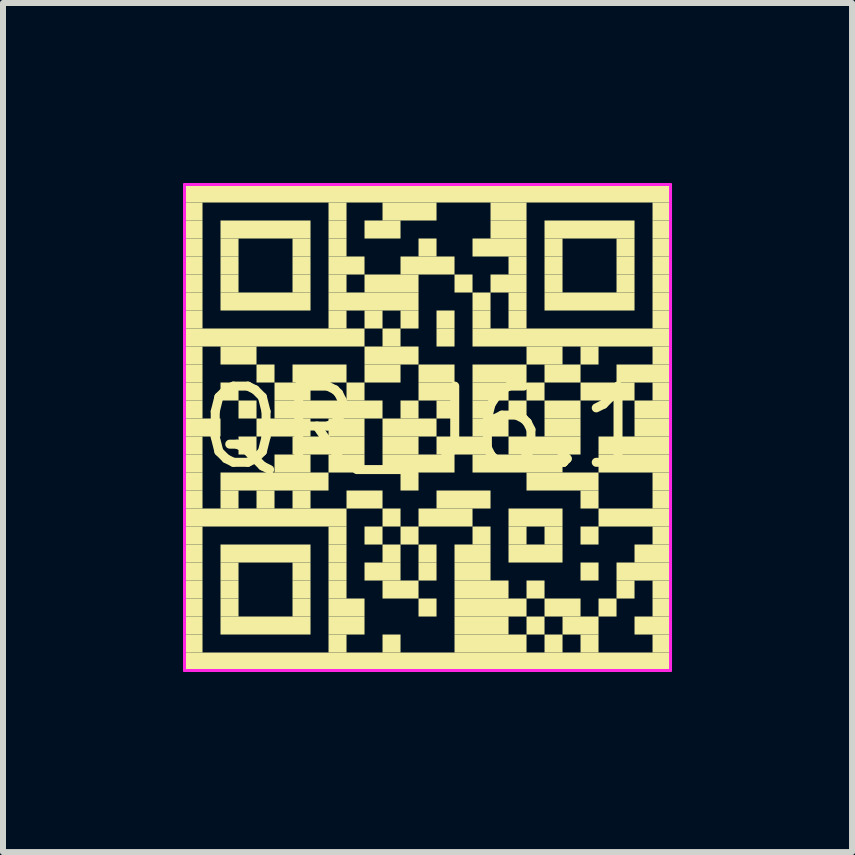
<source format=kicad_pcb>
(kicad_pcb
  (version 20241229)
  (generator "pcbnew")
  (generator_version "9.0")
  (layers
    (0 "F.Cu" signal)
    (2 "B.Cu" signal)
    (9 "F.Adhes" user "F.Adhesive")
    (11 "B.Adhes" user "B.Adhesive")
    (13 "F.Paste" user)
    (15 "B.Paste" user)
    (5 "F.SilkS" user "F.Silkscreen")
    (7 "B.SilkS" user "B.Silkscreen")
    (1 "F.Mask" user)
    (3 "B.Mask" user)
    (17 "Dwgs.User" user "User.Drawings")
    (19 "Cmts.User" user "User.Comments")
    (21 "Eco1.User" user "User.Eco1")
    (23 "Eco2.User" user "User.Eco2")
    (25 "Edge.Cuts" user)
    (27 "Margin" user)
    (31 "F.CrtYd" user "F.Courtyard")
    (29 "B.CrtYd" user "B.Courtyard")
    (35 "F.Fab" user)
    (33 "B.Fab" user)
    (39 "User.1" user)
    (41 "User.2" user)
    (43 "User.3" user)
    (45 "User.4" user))
  (footprint "QR_J6.1"
    (layer "F.Cu")
    (at 4.075 4.075)
    (property "Reference" "QR_J6.1" (at 0 0 0) (layer "F.SilkS") (effects (font (size 1.27 1.27) (thickness 0.15))))
    (attr board_only exclude_from_pos_files exclude_from_bom)
    (fp_poly (pts (xy -4.05 -3.75) (xy -4.05 -4.05) (xy 4.05 -4.05) (xy 4.05 -3.75)) (stroke (width 0) (type solid)) (fill yes) (layer "F.SilkS"))
    (fp_poly (pts (xy -4.05 -3.45) (xy -4.05 -3.75) (xy -3.75 -3.75) (xy -3.75 -3.45)) (stroke (width 0) (type solid)) (fill yes) (layer "F.SilkS"))
    (fp_poly (pts (xy -4.05 -3.15) (xy -4.05 -3.45) (xy -3.75 -3.45) (xy -3.75 -3.15)) (stroke (width 0) (type solid)) (fill yes) (layer "F.SilkS"))
    (fp_poly (pts (xy -4.05 -2.85) (xy -4.05 -3.15) (xy -3.75 -3.15) (xy -3.75 -2.85)) (stroke (width 0) (type solid)) (fill yes) (layer "F.SilkS"))
    (fp_poly (pts (xy -4.05 -2.55) (xy -4.05 -2.85) (xy -3.75 -2.85) (xy -3.75 -2.55)) (stroke (width 0) (type solid)) (fill yes) (layer "F.SilkS"))
    (fp_poly (pts (xy -4.05 -2.25) (xy -4.05 -2.55) (xy -3.75 -2.55) (xy -3.75 -2.25)) (stroke (width 0) (type solid)) (fill yes) (layer "F.SilkS"))
    (fp_poly (pts (xy -4.05 -1.95) (xy -4.05 -2.25) (xy -3.75 -2.25) (xy -3.75 -1.95)) (stroke (width 0) (type solid)) (fill yes) (layer "F.SilkS"))
    (fp_poly (pts (xy -4.05 -1.65) (xy -4.05 -1.95) (xy -3.75 -1.95) (xy -3.75 -1.65)) (stroke (width 0) (type solid)) (fill yes) (layer "F.SilkS"))
    (fp_poly (pts (xy -4.05 -1.35) (xy -4.05 -1.65) (xy -1.05 -1.65) (xy -1.05 -1.35)) (stroke (width 0) (type solid)) (fill yes) (layer "F.SilkS"))
    (fp_poly (pts (xy -4.05 -1.05) (xy -4.05 -1.35) (xy -3.75 -1.35) (xy -3.75 -1.05)) (stroke (width 0) (type solid)) (fill yes) (layer "F.SilkS"))
    (fp_poly (pts (xy -4.05 -0.75) (xy -4.05 -1.05) (xy -3.75 -1.05) (xy -3.75 -0.75)) (stroke (width 0) (type solid)) (fill yes) (layer "F.SilkS"))
    (fp_poly (pts (xy -4.05 -0.45) (xy -4.05 -0.75) (xy -3.75 -0.75) (xy -3.75 -0.45)) (stroke (width 0) (type solid)) (fill yes) (layer "F.SilkS"))
    (fp_poly (pts (xy -4.05 -0.15) (xy -4.05 -0.45) (xy -3.75 -0.45) (xy -3.75 -0.15)) (stroke (width 0) (type solid)) (fill yes) (layer "F.SilkS"))
    (fp_poly (pts (xy -4.05 0.15) (xy -4.05 -0.15) (xy -3.45 -0.15) (xy -3.45 0.15)) (stroke (width 0) (type solid)) (fill yes) (layer "F.SilkS"))
    (fp_poly (pts (xy -4.05 0.45) (xy -4.05 0.15) (xy -3.75 0.15) (xy -3.75 0.45)) (stroke (width 0) (type solid)) (fill yes) (layer "F.SilkS"))
    (fp_poly (pts (xy -4.05 0.75) (xy -4.05 0.45) (xy -3.75 0.45) (xy -3.75 0.75)) (stroke (width 0) (type solid)) (fill yes) (layer "F.SilkS"))
    (fp_poly (pts (xy -4.05 1.05) (xy -4.05 0.75) (xy -3.75 0.75) (xy -3.75 1.05)) (stroke (width 0) (type solid)) (fill yes) (layer "F.SilkS"))
    (fp_poly (pts (xy -4.05 1.35) (xy -4.05 1.05) (xy -3.75 1.05) (xy -3.75 1.35)) (stroke (width 0) (type solid)) (fill yes) (layer "F.SilkS"))
    (fp_poly (pts (xy -4.05 1.65) (xy -4.05 1.35) (xy -1.35 1.35) (xy -1.35 1.65)) (stroke (width 0) (type solid)) (fill yes) (layer "F.SilkS"))
    (fp_poly (pts (xy -4.05 1.95) (xy -4.05 1.65) (xy -3.75 1.65) (xy -3.75 1.95)) (stroke (width 0) (type solid)) (fill yes) (layer "F.SilkS"))
    (fp_poly (pts (xy -4.05 2.25) (xy -4.05 1.95) (xy -3.75 1.95) (xy -3.75 2.25)) (stroke (width 0) (type solid)) (fill yes) (layer "F.SilkS"))
    (fp_poly (pts (xy -4.05 2.55) (xy -4.05 2.25) (xy -3.75 2.25) (xy -3.75 2.55)) (stroke (width 0) (type solid)) (fill yes) (layer "F.SilkS"))
    (fp_poly (pts (xy -4.05 2.85) (xy -4.05 2.55) (xy -3.75 2.55) (xy -3.75 2.85)) (stroke (width 0) (type solid)) (fill yes) (layer "F.SilkS"))
    (fp_poly (pts (xy -4.05 3.15) (xy -4.05 2.85) (xy -3.75 2.85) (xy -3.75 3.15)) (stroke (width 0) (type solid)) (fill yes) (layer "F.SilkS"))
    (fp_poly (pts (xy -4.05 3.45) (xy -4.05 3.15) (xy -3.75 3.15) (xy -3.75 3.45)) (stroke (width 0) (type solid)) (fill yes) (layer "F.SilkS"))
    (fp_poly (pts (xy -4.05 3.75) (xy -4.05 3.45) (xy -3.75 3.45) (xy -3.75 3.75)) (stroke (width 0) (type solid)) (fill yes) (layer "F.SilkS"))
    (fp_poly (pts (xy -4.05 4.05) (xy -4.05 3.75) (xy 4.05 3.75) (xy 4.05 4.05)) (stroke (width 0) (type solid)) (fill yes) (layer "F.SilkS"))
    (fp_poly (pts (xy -3.45 -3.15) (xy -3.45 -3.45) (xy -1.95 -3.45) (xy -1.95 -3.15)) (stroke (width 0) (type solid)) (fill yes) (layer "F.SilkS"))
    (fp_poly (pts (xy -3.45 -2.85) (xy -3.45 -3.15) (xy -3.15 -3.15) (xy -3.15 -2.85)) (stroke (width 0) (type solid)) (fill yes) (layer "F.SilkS"))
    (fp_poly (pts (xy -3.45 -2.55) (xy -3.45 -2.85) (xy -3.15 -2.85) (xy -3.15 -2.55)) (stroke (width 0) (type solid)) (fill yes) (layer "F.SilkS"))
    (fp_poly (pts (xy -3.45 -2.25) (xy -3.45 -2.55) (xy -3.15 -2.55) (xy -3.15 -2.25)) (stroke (width 0) (type solid)) (fill yes) (layer "F.SilkS"))
    (fp_poly (pts (xy -3.45 -1.95) (xy -3.45 -2.25) (xy -1.95 -2.25) (xy -1.95 -1.95)) (stroke (width 0) (type solid)) (fill yes) (layer "F.SilkS"))
    (fp_poly (pts (xy -3.45 -1.05) (xy -3.45 -1.35) (xy -2.85 -1.35) (xy -2.85 -1.05)) (stroke (width 0) (type solid)) (fill yes) (layer "F.SilkS"))
    (fp_poly (pts (xy -3.45 -0.45) (xy -3.45 -0.75) (xy -3.15 -0.75) (xy -3.15 -0.45)) (stroke (width 0) (type solid)) (fill yes) (layer "F.SilkS"))
    (fp_poly (pts (xy -3.45 1.05) (xy -3.45 0.75) (xy -1.65 0.75) (xy -1.65 1.05)) (stroke (width 0) (type solid)) (fill yes) (layer "F.SilkS"))
    (fp_poly (pts (xy -3.45 1.35) (xy -3.45 1.05) (xy -3.15 1.05) (xy -3.15 1.35)) (stroke (width 0) (type solid)) (fill yes) (layer "F.SilkS"))
    (fp_poly (pts (xy -3.45 2.25) (xy -3.45 1.95) (xy -1.95 1.95) (xy -1.95 2.25)) (stroke (width 0) (type solid)) (fill yes) (layer "F.SilkS"))
    (fp_poly (pts (xy -3.45 2.55) (xy -3.45 2.25) (xy -3.15 2.25) (xy -3.15 2.55)) (stroke (width 0) (type solid)) (fill yes) (layer "F.SilkS"))
    (fp_poly (pts (xy -3.45 2.85) (xy -3.45 2.55) (xy -3.15 2.55) (xy -3.15 2.85)) (stroke (width 0) (type solid)) (fill yes) (layer "F.SilkS"))
    (fp_poly (pts (xy -3.45 3.15) (xy -3.45 2.85) (xy -3.15 2.85) (xy -3.15 3.15)) (stroke (width 0) (type solid)) (fill yes) (layer "F.SilkS"))
    (fp_poly (pts (xy -3.45 3.45) (xy -3.45 3.15) (xy -1.95 3.15) (xy -1.95 3.45)) (stroke (width 0) (type solid)) (fill yes) (layer "F.SilkS"))
    (fp_poly (pts (xy -3.15 -0.15) (xy -3.15 -0.45) (xy -2.85 -0.45) (xy -2.85 -0.15)) (stroke (width 0) (type solid)) (fill yes) (layer "F.SilkS"))
    (fp_poly (pts (xy -3.15 0.45) (xy -3.15 0.15) (xy -2.85 0.15) (xy -2.85 0.45)) (stroke (width 0) (type solid)) (fill yes) (layer "F.SilkS"))
    (fp_poly (pts (xy -2.85 -0.75) (xy -2.85 -1.05) (xy -2.55 -1.05) (xy -2.55 -0.75)) (stroke (width 0) (type solid)) (fill yes) (layer "F.SilkS"))
    (fp_poly (pts (xy -2.85 0.15) (xy -2.85 -0.15) (xy -1.95 -0.15) (xy -1.95 0.15)) (stroke (width 0) (type solid)) (fill yes) (layer "F.SilkS"))
    (fp_poly (pts (xy -2.85 1.35) (xy -2.85 1.05) (xy -2.55 1.05) (xy -2.55 1.35)) (stroke (width 0) (type solid)) (fill yes) (layer "F.SilkS"))
    (fp_poly (pts (xy -2.55 -0.45) (xy -2.55 -0.75) (xy -1.95 -0.75) (xy -1.95 -0.45)) (stroke (width 0) (type solid)) (fill yes) (layer "F.SilkS"))
    (fp_poly (pts (xy -2.55 -0.15) (xy -2.55 -0.45) (xy -0.75 -0.45) (xy -0.75 -0.15)) (stroke (width 0) (type solid)) (fill yes) (layer "F.SilkS"))
    (fp_poly (pts (xy -2.55 0.75) (xy -2.55 0.45) (xy -1.95 0.45) (xy -1.95 0.75)) (stroke (width 0) (type solid)) (fill yes) (layer "F.SilkS"))
    (fp_poly (pts (xy -2.25 -2.85) (xy -2.25 -3.15) (xy -1.95 -3.15) (xy -1.95 -2.85)) (stroke (width 0) (type solid)) (fill yes) (layer "F.SilkS"))
    (fp_poly (pts (xy -2.25 -2.55) (xy -2.25 -2.85) (xy -1.95 -2.85) (xy -1.95 -2.55)) (stroke (width 0) (type solid)) (fill yes) (layer "F.SilkS"))
    (fp_poly (pts (xy -2.25 -2.25) (xy -2.25 -2.55) (xy -1.95 -2.55) (xy -1.95 -2.25)) (stroke (width 0) (type solid)) (fill yes) (layer "F.SilkS"))
    (fp_poly (pts (xy -2.25 -0.75) (xy -2.25 -1.05) (xy -1.35 -1.05) (xy -1.35 -0.75)) (stroke (width 0) (type solid)) (fill yes) (layer "F.SilkS"))
    (fp_poly (pts (xy -2.25 0.45) (xy -2.25 0.15) (xy -1.05 0.15) (xy -1.05 0.45)) (stroke (width 0) (type solid)) (fill yes) (layer "F.SilkS"))
    (fp_poly (pts (xy -2.25 1.35) (xy -2.25 1.05) (xy -1.95 1.05) (xy -1.95 1.35)) (stroke (width 0) (type solid)) (fill yes) (layer "F.SilkS"))
    (fp_poly (pts (xy -2.25 2.55) (xy -2.25 2.25) (xy -1.95 2.25) (xy -1.95 2.55)) (stroke (width 0) (type solid)) (fill yes) (layer "F.SilkS"))
    (fp_poly (pts (xy -2.25 2.85) (xy -2.25 2.55) (xy -1.95 2.55) (xy -1.95 2.85)) (stroke (width 0) (type solid)) (fill yes) (layer "F.SilkS"))
    (fp_poly (pts (xy -2.25 3.15) (xy -2.25 2.85) (xy -1.95 2.85) (xy -1.95 3.15)) (stroke (width 0) (type solid)) (fill yes) (layer "F.SilkS"))
    (fp_poly (pts (xy -1.65 -3.45) (xy -1.65 -3.75) (xy -1.35 -3.75) (xy -1.35 -3.45)) (stroke (width 0) (type solid)) (fill yes) (layer "F.SilkS"))
    (fp_poly (pts (xy -1.65 -3.15) (xy -1.65 -3.45) (xy -1.35 -3.45) (xy -1.35 -3.15)) (stroke (width 0) (type solid)) (fill yes) (layer "F.SilkS"))
    (fp_poly (pts (xy -1.65 -2.85) (xy -1.65 -3.15) (xy -1.35 -3.15) (xy -1.35 -2.85)) (stroke (width 0) (type solid)) (fill yes) (layer "F.SilkS"))
    (fp_poly (pts (xy -1.65 -2.55) (xy -1.65 -2.85) (xy -1.05 -2.85) (xy -1.05 -2.55)) (stroke (width 0) (type solid)) (fill yes) (layer "F.SilkS"))
    (fp_poly (pts (xy -1.65 -2.25) (xy -1.65 -2.55) (xy -1.35 -2.55) (xy -1.35 -2.25)) (stroke (width 0) (type solid)) (fill yes) (layer "F.SilkS"))
    (fp_poly (pts (xy -1.65 -1.95) (xy -1.65 -2.25) (xy -0.15 -2.25) (xy -0.15 -1.95)) (stroke (width 0) (type solid)) (fill yes) (layer "F.SilkS"))
    (fp_poly (pts (xy -1.65 -1.65) (xy -1.65 -1.95) (xy -1.35 -1.95) (xy -1.35 -1.65)) (stroke (width 0) (type solid)) (fill yes) (layer "F.SilkS"))
    (fp_poly (pts (xy -1.65 0.15) (xy -1.65 -0.15) (xy -1.05 -0.15) (xy -1.05 0.15)) (stroke (width 0) (type solid)) (fill yes) (layer "F.SilkS"))
    (fp_poly (pts (xy -1.65 0.75) (xy -1.65 0.45) (xy -1.05 0.45) (xy -1.05 0.75)) (stroke (width 0) (type solid)) (fill yes) (layer "F.SilkS"))
    (fp_poly (pts (xy -1.65 1.95) (xy -1.65 1.65) (xy -1.35 1.65) (xy -1.35 1.95)) (stroke (width 0) (type solid)) (fill yes) (layer "F.SilkS"))
    (fp_poly (pts (xy -1.65 2.25) (xy -1.65 1.95) (xy -1.35 1.95) (xy -1.35 2.25)) (stroke (width 0) (type solid)) (fill yes) (layer "F.SilkS"))
    (fp_poly (pts (xy -1.65 2.55) (xy -1.65 2.25) (xy -1.35 2.25) (xy -1.35 2.55)) (stroke (width 0) (type solid)) (fill yes) (layer "F.SilkS"))
    (fp_poly (pts (xy -1.65 2.85) (xy -1.65 2.55) (xy -1.35 2.55) (xy -1.35 2.85)) (stroke (width 0) (type solid)) (fill yes) (layer "F.SilkS"))
    (fp_poly (pts (xy -1.65 3.15) (xy -1.65 2.85) (xy -1.05 2.85) (xy -1.05 3.15)) (stroke (width 0) (type solid)) (fill yes) (layer "F.SilkS"))
    (fp_poly (pts (xy -1.65 3.45) (xy -1.65 3.15) (xy -1.05 3.15) (xy -1.05 3.45)) (stroke (width 0) (type solid)) (fill yes) (layer "F.SilkS"))
    (fp_poly (pts (xy -1.65 3.75) (xy -1.65 3.45) (xy -1.35 3.45) (xy -1.35 3.75)) (stroke (width 0) (type solid)) (fill yes) (layer "F.SilkS"))
    (fp_poly (pts (xy -1.35 -0.45) (xy -1.35 -0.75) (xy -1.05 -0.75) (xy -1.05 -0.45)) (stroke (width 0) (type solid)) (fill yes) (layer "F.SilkS"))
    (fp_poly (pts (xy -1.35 1.35) (xy -1.35 1.05) (xy -0.75 1.05) (xy -0.75 1.35)) (stroke (width 0) (type solid)) (fill yes) (layer "F.SilkS"))
    (fp_poly (pts (xy -1.05 -3.15) (xy -1.05 -3.45) (xy -0.45 -3.45) (xy -0.45 -3.15)) (stroke (width 0) (type solid)) (fill yes) (layer "F.SilkS"))
    (fp_poly (pts (xy -1.05 -2.25) (xy -1.05 -2.55) (xy -0.15 -2.55) (xy -0.15 -2.25)) (stroke (width 0) (type solid)) (fill yes) (layer "F.SilkS"))
    (fp_poly (pts (xy -1.05 -1.65) (xy -1.05 -1.95) (xy -0.75 -1.95) (xy -0.75 -1.65)) (stroke (width 0) (type solid)) (fill yes) (layer "F.SilkS"))
    (fp_poly (pts (xy -1.05 -1.05) (xy -1.05 -1.35) (xy -0.15 -1.35) (xy -0.15 -1.05)) (stroke (width 0) (type solid)) (fill yes) (layer "F.SilkS"))
    (fp_poly (pts (xy -1.05 -0.75) (xy -1.05 -1.05) (xy -0.45 -1.05) (xy -0.45 -0.75)) (stroke (width 0) (type solid)) (fill yes) (layer "F.SilkS"))
    (fp_poly (pts (xy -1.05 1.95) (xy -1.05 1.65) (xy -0.75 1.65) (xy -0.75 1.95)) (stroke (width 0) (type solid)) (fill yes) (layer "F.SilkS"))
    (fp_poly (pts (xy -1.05 2.55) (xy -1.05 2.25) (xy -0.45 2.25) (xy -0.45 2.55)) (stroke (width 0) (type solid)) (fill yes) (layer "F.SilkS"))
    (fp_poly (pts (xy -0.75 -3.45) (xy -0.75 -3.75) (xy 0.15 -3.75) (xy 0.15 -3.45)) (stroke (width 0) (type solid)) (fill yes) (layer "F.SilkS"))
    (fp_poly (pts (xy -0.75 -1.35) (xy -0.75 -1.65) (xy -0.45 -1.65) (xy -0.45 -1.35)) (stroke (width 0) (type solid)) (fill yes) (layer "F.SilkS"))
    (fp_poly (pts (xy -0.75 0.15) (xy -0.75 -0.15) (xy 0.15 -0.15) (xy 0.15 0.15)) (stroke (width 0) (type solid)) (fill yes) (layer "F.SilkS"))
    (fp_poly (pts (xy -0.75 0.45) (xy -0.75 0.15) (xy -0.15 0.15) (xy -0.15 0.45)) (stroke (width 0) (type solid)) (fill yes) (layer "F.SilkS"))
    (fp_poly (pts (xy -0.75 0.75) (xy -0.75 0.45) (xy 0.45 0.45) (xy 0.45 0.75)) (stroke (width 0) (type solid)) (fill yes) (layer "F.SilkS"))
    (fp_poly (pts (xy -0.75 1.65) (xy -0.75 1.35) (xy -0.45 1.35) (xy -0.45 1.65)) (stroke (width 0) (type solid)) (fill yes) (layer "F.SilkS"))
    (fp_poly (pts (xy -0.75 2.25) (xy -0.75 1.95) (xy -0.45 1.95) (xy -0.45 2.25)) (stroke (width 0) (type solid)) (fill yes) (layer "F.SilkS"))
    (fp_poly (pts (xy -0.75 2.85) (xy -0.75 2.55) (xy -0.15 2.55) (xy -0.15 2.85)) (stroke (width 0) (type solid)) (fill yes) (layer "F.SilkS"))
    (fp_poly (pts (xy -0.75 3.75) (xy -0.75 3.45) (xy -0.45 3.45) (xy -0.45 3.75)) (stroke (width 0) (type solid)) (fill yes) (layer "F.SilkS"))
    (fp_poly (pts (xy -0.45 -2.55) (xy -0.45 -2.85) (xy 0.45 -2.85) (xy 0.45 -2.55)) (stroke (width 0) (type solid)) (fill yes) (layer "F.SilkS"))
    (fp_poly (pts (xy -0.45 -1.65) (xy -0.45 -1.95) (xy -0.15 -1.95) (xy -0.15 -1.65)) (stroke (width 0) (type solid)) (fill yes) (layer "F.SilkS"))
    (fp_poly (pts (xy -0.45 -0.15) (xy -0.45 -0.45) (xy -0.15 -0.45) (xy -0.15 -0.15)) (stroke (width 0) (type solid)) (fill yes) (layer "F.SilkS"))
    (fp_poly (pts (xy -0.45 1.05) (xy -0.45 0.75) (xy -0.15 0.75) (xy -0.15 1.05)) (stroke (width 0) (type solid)) (fill yes) (layer "F.SilkS"))
    (fp_poly (pts (xy -0.45 1.95) (xy -0.45 1.65) (xy -0.15 1.65) (xy -0.15 1.95)) (stroke (width 0) (type solid)) (fill yes) (layer "F.SilkS"))
    (fp_poly (pts (xy -0.15 -2.85) (xy -0.15 -3.15) (xy 0.15 -3.15) (xy 0.15 -2.85)) (stroke (width 0) (type solid)) (fill yes) (layer "F.SilkS"))
    (fp_poly (pts (xy -0.15 -0.75) (xy -0.15 -1.05) (xy 0.45 -1.05) (xy 0.45 -0.75)) (stroke (width 0) (type solid)) (fill yes) (layer "F.SilkS"))
    (fp_poly (pts (xy -0.15 -0.45) (xy -0.15 -0.75) (xy 0.45 -0.75) (xy 0.45 -0.45)) (stroke (width 0) (type solid)) (fill yes) (layer "F.SilkS"))
    (fp_poly (pts (xy -0.15 1.65) (xy -0.15 1.35) (xy 0.75 1.35) (xy 0.75 1.65)) (stroke (width 0) (type solid)) (fill yes) (layer "F.SilkS"))
    (fp_poly (pts (xy -0.15 2.25) (xy -0.15 1.95) (xy 0.15 1.95) (xy 0.15 2.25)) (stroke (width 0) (type solid)) (fill yes) (layer "F.SilkS"))
    (fp_poly (pts (xy -0.15 2.55) (xy -0.15 2.25) (xy 0.15 2.25) (xy 0.15 2.55)) (stroke (width 0) (type solid)) (fill yes) (layer "F.SilkS"))
    (fp_poly (pts (xy -0.15 3.15) (xy -0.15 2.85) (xy 0.15 2.85) (xy 0.15 3.15)) (stroke (width 0) (type solid)) (fill yes) (layer "F.SilkS"))
    (fp_poly (pts (xy 0.15 -1.65) (xy 0.15 -1.95) (xy 0.45 -1.95) (xy 0.45 -1.65)) (stroke (width 0) (type solid)) (fill yes) (layer "F.SilkS"))
    (fp_poly (pts (xy 0.15 -1.35) (xy 0.15 -1.65) (xy 0.45 -1.65) (xy 0.45 -1.35)) (stroke (width 0) (type solid)) (fill yes) (layer "F.SilkS"))
    (fp_poly (pts (xy 0.15 -0.15) (xy 0.15 -0.45) (xy 0.45 -0.45) (xy 0.45 -0.15)) (stroke (width 0) (type solid)) (fill yes) (layer "F.SilkS"))
    (fp_poly (pts (xy 0.15 0.45) (xy 0.15 0.15) (xy 1.05 0.15) (xy 1.05 0.45)) (stroke (width 0) (type solid)) (fill yes) (layer "F.SilkS"))
    (fp_poly (pts (xy 0.15 1.35) (xy 0.15 1.05) (xy 1.05 1.05) (xy 1.05 1.35)) (stroke (width 0) (type solid)) (fill yes) (layer "F.SilkS"))
    (fp_poly (pts (xy 0.45 -2.25) (xy 0.45 -2.55) (xy 0.75 -2.55) (xy 0.75 -2.25)) (stroke (width 0) (type solid)) (fill yes) (layer "F.SilkS"))
    (fp_poly (pts (xy 0.45 2.25) (xy 0.45 1.95) (xy 1.05 1.95) (xy 1.05 2.25)) (stroke (width 0) (type solid)) (fill yes) (layer "F.SilkS"))
    (fp_poly (pts (xy 0.45 2.55) (xy 0.45 2.25) (xy 1.05 2.25) (xy 1.05 2.55)) (stroke (width 0) (type solid)) (fill yes) (layer "F.SilkS"))
    (fp_poly (pts (xy 0.45 2.85) (xy 0.45 2.55) (xy 1.35 2.55) (xy 1.35 2.85)) (stroke (width 0) (type solid)) (fill yes) (layer "F.SilkS"))
    (fp_poly (pts (xy 0.45 3.15) (xy 0.45 2.85) (xy 1.65 2.85) (xy 1.65 3.15)) (stroke (width 0) (type solid)) (fill yes) (layer "F.SilkS"))
    (fp_poly (pts (xy 0.45 3.45) (xy 0.45 3.15) (xy 1.35 3.15) (xy 1.35 3.45)) (stroke (width 0) (type solid)) (fill yes) (layer "F.SilkS"))
    (fp_poly (pts (xy 0.45 3.75) (xy 0.45 3.45) (xy 1.65 3.45) (xy 1.65 3.75)) (stroke (width 0) (type solid)) (fill yes) (layer "F.SilkS"))
    (fp_poly (pts (xy 0.75 -2.85) (xy 0.75 -3.15) (xy 1.65 -3.15) (xy 1.65 -2.85)) (stroke (width 0) (type solid)) (fill yes) (layer "F.SilkS"))
    (fp_poly (pts (xy 0.75 -1.95) (xy 0.75 -2.25) (xy 1.05 -2.25) (xy 1.05 -1.95)) (stroke (width 0) (type solid)) (fill yes) (layer "F.SilkS"))
    (fp_poly (pts (xy 0.75 -1.65) (xy 0.75 -1.95) (xy 1.05 -1.95) (xy 1.05 -1.65)) (stroke (width 0) (type solid)) (fill yes) (layer "F.SilkS"))
    (fp_poly (pts (xy 0.75 -1.35) (xy 0.75 -1.65) (xy 4.05 -1.65) (xy 4.05 -1.35)) (stroke (width 0) (type solid)) (fill yes) (layer "F.SilkS"))
    (fp_poly (pts (xy 0.75 -0.75) (xy 0.75 -1.05) (xy 1.65 -1.05) (xy 1.65 -0.75)) (stroke (width 0) (type solid)) (fill yes) (layer "F.SilkS"))
    (fp_poly (pts (xy 0.75 -0.45) (xy 0.75 -0.75) (xy 1.35 -0.75) (xy 1.35 -0.45)) (stroke (width 0) (type solid)) (fill yes) (layer "F.SilkS"))
    (fp_poly (pts (xy 0.75 -0.15) (xy 0.75 -0.45) (xy 1.05 -0.45) (xy 1.05 -0.15)) (stroke (width 0) (type solid)) (fill yes) (layer "F.SilkS"))
    (fp_poly (pts (xy 0.75 0.15) (xy 0.75 -0.15) (xy 1.35 -0.15) (xy 1.35 0.15)) (stroke (width 0) (type solid)) (fill yes) (layer "F.SilkS"))
    (fp_poly (pts (xy 0.75 0.75) (xy 0.75 0.45) (xy 2.25 0.45) (xy 2.25 0.75)) (stroke (width 0) (type solid)) (fill yes) (layer "F.SilkS"))
    (fp_poly (pts (xy 0.75 1.95) (xy 0.75 1.65) (xy 1.05 1.65) (xy 1.05 1.95)) (stroke (width 0) (type solid)) (fill yes) (layer "F.SilkS"))
    (fp_poly (pts (xy 1.05 -3.45) (xy 1.05 -3.75) (xy 1.65 -3.75) (xy 1.65 -3.45)) (stroke (width 0) (type solid)) (fill yes) (layer "F.SilkS"))
    (fp_poly (pts (xy 1.05 -3.15) (xy 1.05 -3.45) (xy 1.65 -3.45) (xy 1.65 -3.15)) (stroke (width 0) (type solid)) (fill yes) (layer "F.SilkS"))
    (fp_poly (pts (xy 1.05 -2.25) (xy 1.05 -2.55) (xy 1.65 -2.55) (xy 1.65 -2.25)) (stroke (width 0) (type solid)) (fill yes) (layer "F.SilkS"))
    (fp_poly (pts (xy 1.35 -2.55) (xy 1.35 -2.85) (xy 1.65 -2.85) (xy 1.65 -2.55)) (stroke (width 0) (type solid)) (fill yes) (layer "F.SilkS"))
    (fp_poly (pts (xy 1.35 -1.95) (xy 1.35 -2.25) (xy 1.65 -2.25) (xy 1.65 -1.95)) (stroke (width 0) (type solid)) (fill yes) (layer "F.SilkS"))
    (fp_poly (pts (xy 1.35 -1.65) (xy 1.35 -1.95) (xy 1.65 -1.95) (xy 1.65 -1.65)) (stroke (width 0) (type solid)) (fill yes) (layer "F.SilkS"))
    (fp_poly (pts (xy 1.35 -0.15) (xy 1.35 -0.45) (xy 1.65 -0.45) (xy 1.65 -0.15)) (stroke (width 0) (type solid)) (fill yes) (layer "F.SilkS"))
    (fp_poly (pts (xy 1.35 0.45) (xy 1.35 0.15) (xy 2.55 0.15) (xy 2.55 0.45)) (stroke (width 0) (type solid)) (fill yes) (layer "F.SilkS"))
    (fp_poly (pts (xy 1.35 1.65) (xy 1.35 1.35) (xy 2.25 1.35) (xy 2.25 1.65)) (stroke (width 0) (type solid)) (fill yes) (layer "F.SilkS"))
    (fp_poly (pts (xy 1.35 1.95) (xy 1.35 1.65) (xy 1.65 1.65) (xy 1.65 1.95)) (stroke (width 0) (type solid)) (fill yes) (layer "F.SilkS"))
    (fp_poly (pts (xy 1.35 2.25) (xy 1.35 1.95) (xy 2.25 1.95) (xy 2.25 2.25)) (stroke (width 0) (type solid)) (fill yes) (layer "F.SilkS"))
    (fp_poly (pts (xy 1.65 -1.05) (xy 1.65 -1.35) (xy 2.25 -1.35) (xy 2.25 -1.05)) (stroke (width 0) (type solid)) (fill yes) (layer "F.SilkS"))
    (fp_poly (pts (xy 1.65 -0.45) (xy 1.65 -0.75) (xy 1.95 -0.75) (xy 1.95 -0.45)) (stroke (width 0) (type solid)) (fill yes) (layer "F.SilkS"))
    (fp_poly (pts (xy 1.65 1.05) (xy 1.65 0.75) (xy 2.85 0.75) (xy 2.85 1.05)) (stroke (width 0) (type solid)) (fill yes) (layer "F.SilkS"))
    (fp_poly (pts (xy 1.65 2.85) (xy 1.65 2.55) (xy 1.95 2.55) (xy 1.95 2.85)) (stroke (width 0) (type solid)) (fill yes) (layer "F.SilkS"))
    (fp_poly (pts (xy 1.65 3.45) (xy 1.65 3.15) (xy 1.95 3.15) (xy 1.95 3.45)) (stroke (width 0) (type solid)) (fill yes) (layer "F.SilkS"))
    (fp_poly (pts (xy 1.95 -3.15) (xy 1.95 -3.45) (xy 3.45 -3.45) (xy 3.45 -3.15)) (stroke (width 0) (type solid)) (fill yes) (layer "F.SilkS"))
    (fp_poly (pts (xy 1.95 -2.85) (xy 1.95 -3.15) (xy 2.25 -3.15) (xy 2.25 -2.85)) (stroke (width 0) (type solid)) (fill yes) (layer "F.SilkS"))
    (fp_poly (pts (xy 1.95 -2.55) (xy 1.95 -2.85) (xy 2.25 -2.85) (xy 2.25 -2.55)) (stroke (width 0) (type solid)) (fill yes) (layer "F.SilkS"))
    (fp_poly (pts (xy 1.95 -2.25) (xy 1.95 -2.55) (xy 2.25 -2.55) (xy 2.25 -2.25)) (stroke (width 0) (type solid)) (fill yes) (layer "F.SilkS"))
    (fp_poly (pts (xy 1.95 -1.95) (xy 1.95 -2.25) (xy 3.45 -2.25) (xy 3.45 -1.95)) (stroke (width 0) (type solid)) (fill yes) (layer "F.SilkS"))
    (fp_poly (pts (xy 1.95 -0.75) (xy 1.95 -1.05) (xy 2.55 -1.05) (xy 2.55 -0.75)) (stroke (width 0) (type solid)) (fill yes) (layer "F.SilkS"))
    (fp_poly (pts (xy 1.95 -0.15) (xy 1.95 -0.45) (xy 2.55 -0.45) (xy 2.55 -0.15)) (stroke (width 0) (type solid)) (fill yes) (layer "F.SilkS"))
    (fp_poly (pts (xy 1.95 0.15) (xy 1.95 -0.15) (xy 2.55 -0.15) (xy 2.55 0.15)) (stroke (width 0) (type solid)) (fill yes) (layer "F.SilkS"))
    (fp_poly (pts (xy 1.95 1.95) (xy 1.95 1.65) (xy 2.25 1.65) (xy 2.25 1.95)) (stroke (width 0) (type solid)) (fill yes) (layer "F.SilkS"))
    (fp_poly (pts (xy 1.95 3.15) (xy 1.95 2.85) (xy 2.55 2.85) (xy 2.55 3.15)) (stroke (width 0) (type solid)) (fill yes) (layer "F.SilkS"))
    (fp_poly (pts (xy 1.95 3.75) (xy 1.95 3.45) (xy 2.25 3.45) (xy 2.25 3.75)) (stroke (width 0) (type solid)) (fill yes) (layer "F.SilkS"))
    (fp_poly (pts (xy 2.25 3.45) (xy 2.25 3.15) (xy 2.85 3.15) (xy 2.85 3.45)) (stroke (width 0) (type solid)) (fill yes) (layer "F.SilkS"))
    (fp_poly (pts (xy 2.55 -1.05) (xy 2.55 -1.35) (xy 2.85 -1.35) (xy 2.85 -1.05)) (stroke (width 0) (type solid)) (fill yes) (layer "F.SilkS"))
    (fp_poly (pts (xy 2.55 -0.45) (xy 2.55 -0.75) (xy 3.45 -0.75) (xy 3.45 -0.45)) (stroke (width 0) (type solid)) (fill yes) (layer "F.SilkS"))
    (fp_poly (pts (xy 2.55 1.35) (xy 2.55 1.05) (xy 2.85 1.05) (xy 2.85 1.35)) (stroke (width 0) (type solid)) (fill yes) (layer "F.SilkS"))
    (fp_poly (pts (xy 2.55 1.95) (xy 2.55 1.65) (xy 2.85 1.65) (xy 2.85 1.95)) (stroke (width 0) (type solid)) (fill yes) (layer "F.SilkS"))
    (fp_poly (pts (xy 2.55 2.55) (xy 2.55 2.25) (xy 2.85 2.25) (xy 2.85 2.55)) (stroke (width 0) (type solid)) (fill yes) (layer "F.SilkS"))
    (fp_poly (pts (xy 2.55 3.75) (xy 2.55 3.45) (xy 2.85 3.45) (xy 2.85 3.75)) (stroke (width 0) (type solid)) (fill yes) (layer "F.SilkS"))
    (fp_poly (pts (xy 2.85 0.45) (xy 2.85 0.15) (xy 4.05 0.15) (xy 4.05 0.45)) (stroke (width 0) (type solid)) (fill yes) (layer "F.SilkS"))
    (fp_poly (pts (xy 2.85 0.75) (xy 2.85 0.45) (xy 4.05 0.45) (xy 4.05 0.75)) (stroke (width 0) (type solid)) (fill yes) (layer "F.SilkS"))
    (fp_poly (pts (xy 2.85 1.65) (xy 2.85 1.35) (xy 4.05 1.35) (xy 4.05 1.65)) (stroke (width 0) (type solid)) (fill yes) (layer "F.SilkS"))
    (fp_poly (pts (xy 2.85 3.15) (xy 2.85 2.85) (xy 3.15 2.85) (xy 3.15 3.15)) (stroke (width 0) (type solid)) (fill yes) (layer "F.SilkS"))
    (fp_poly (pts (xy 3.15 -2.85) (xy 3.15 -3.15) (xy 3.45 -3.15) (xy 3.45 -2.85)) (stroke (width 0) (type solid)) (fill yes) (layer "F.SilkS"))
    (fp_poly (pts (xy 3.15 -2.55) (xy 3.15 -2.85) (xy 3.45 -2.85) (xy 3.45 -2.55)) (stroke (width 0) (type solid)) (fill yes) (layer "F.SilkS"))
    (fp_poly (pts (xy 3.15 -2.25) (xy 3.15 -2.55) (xy 3.45 -2.55) (xy 3.45 -2.25)) (stroke (width 0) (type solid)) (fill yes) (layer "F.SilkS"))
    (fp_poly (pts (xy 3.15 -0.75) (xy 3.15 -1.05) (xy 4.05 -1.05) (xy 4.05 -0.75)) (stroke (width 0) (type solid)) (fill yes) (layer "F.SilkS"))
    (fp_poly (pts (xy 3.15 2.55) (xy 3.15 2.25) (xy 4.05 2.25) (xy 4.05 2.55)) (stroke (width 0) (type solid)) (fill yes) (layer "F.SilkS"))
    (fp_poly (pts (xy 3.15 2.85) (xy 3.15 2.55) (xy 3.45 2.55) (xy 3.45 2.85)) (stroke (width 0) (type solid)) (fill yes) (layer "F.SilkS"))
    (fp_poly (pts (xy 3.45 -0.15) (xy 3.45 -0.45) (xy 4.05 -0.45) (xy 4.05 -0.15)) (stroke (width 0) (type solid)) (fill yes) (layer "F.SilkS"))
    (fp_poly (pts (xy 3.45 0.15) (xy 3.45 -0.15) (xy 4.05 -0.15) (xy 4.05 0.15)) (stroke (width 0) (type solid)) (fill yes) (layer "F.SilkS"))
    (fp_poly (pts (xy 3.45 2.25) (xy 3.45 1.95) (xy 4.05 1.95) (xy 4.05 2.25)) (stroke (width 0) (type solid)) (fill yes) (layer "F.SilkS"))
    (fp_poly (pts (xy 3.45 3.45) (xy 3.45 3.15) (xy 4.05 3.15) (xy 4.05 3.45)) (stroke (width 0) (type solid)) (fill yes) (layer "F.SilkS"))
    (fp_poly (pts (xy 3.75 -3.45) (xy 3.75 -3.75) (xy 4.05 -3.75) (xy 4.05 -3.45)) (stroke (width 0) (type solid)) (fill yes) (layer "F.SilkS"))
    (fp_poly (pts (xy 3.75 -3.15) (xy 3.75 -3.45) (xy 4.05 -3.45) (xy 4.05 -3.15)) (stroke (width 0) (type solid)) (fill yes) (layer "F.SilkS"))
    (fp_poly (pts (xy 3.75 -2.85) (xy 3.75 -3.15) (xy 4.05 -3.15) (xy 4.05 -2.85)) (stroke (width 0) (type solid)) (fill yes) (layer "F.SilkS"))
    (fp_poly (pts (xy 3.75 -2.55) (xy 3.75 -2.85) (xy 4.05 -2.85) (xy 4.05 -2.55)) (stroke (width 0) (type solid)) (fill yes) (layer "F.SilkS"))
    (fp_poly (pts (xy 3.75 -2.25) (xy 3.75 -2.55) (xy 4.05 -2.55) (xy 4.05 -2.25)) (stroke (width 0) (type solid)) (fill yes) (layer "F.SilkS"))
    (fp_poly (pts (xy 3.75 -1.95) (xy 3.75 -2.25) (xy 4.05 -2.25) (xy 4.05 -1.95)) (stroke (width 0) (type solid)) (fill yes) (layer "F.SilkS"))
    (fp_poly (pts (xy 3.75 -1.65) (xy 3.75 -1.95) (xy 4.05 -1.95) (xy 4.05 -1.65)) (stroke (width 0) (type solid)) (fill yes) (layer "F.SilkS"))
    (fp_poly (pts (xy 3.75 -1.05) (xy 3.75 -1.35) (xy 4.05 -1.35) (xy 4.05 -1.05)) (stroke (width 0) (type solid)) (fill yes) (layer "F.SilkS"))
    (fp_poly (pts (xy 3.75 -0.45) (xy 3.75 -0.75) (xy 4.05 -0.75) (xy 4.05 -0.45)) (stroke (width 0) (type solid)) (fill yes) (layer "F.SilkS"))
    (fp_poly (pts (xy 3.75 1.05) (xy 3.75 0.75) (xy 4.05 0.75) (xy 4.05 1.05)) (stroke (width 0) (type solid)) (fill yes) (layer "F.SilkS"))
    (fp_poly (pts (xy 3.75 1.35) (xy 3.75 1.05) (xy 4.05 1.05) (xy 4.05 1.35)) (stroke (width 0) (type solid)) (fill yes) (layer "F.SilkS"))
    (fp_poly (pts (xy 3.75 1.95) (xy 3.75 1.65) (xy 4.05 1.65) (xy 4.05 1.95)) (stroke (width 0) (type solid)) (fill yes) (layer "F.SilkS"))
    (fp_poly (pts (xy 3.75 2.85) (xy 3.75 2.55) (xy 4.05 2.55) (xy 4.05 2.85)) (stroke (width 0) (type solid)) (fill yes) (layer "F.SilkS"))
    (fp_poly (pts (xy 3.75 3.15) (xy 3.75 2.85) (xy 4.05 2.85) (xy 4.05 3.15)) (stroke (width 0) (type solid)) (fill yes) (layer "F.SilkS"))
    (fp_poly (pts (xy 3.75 3.75) (xy 3.75 3.45) (xy 4.05 3.45) (xy 4.05 3.75)) (stroke (width 0) (type solid)) (fill yes) (layer "F.SilkS"))
    (fp_line (start -4.05 -4.05) (end -4.05 4.05) (stroke (width 0.05) (type solid)) (layer "F.CrtYd"))
    (fp_line (start -4.05 -4.05) (end 4.05 -4.05) (stroke (width 0.05) (type solid)) (layer "F.CrtYd"))
    (fp_line (start 4.05 4.05) (end -4.05 4.05) (stroke (width 0.05) (type solid)) (layer "F.CrtYd"))
    (fp_line (start 4.05 4.05) (end 4.05 -4.05) (stroke (width 0.05) (type solid)) (layer "F.CrtYd")))
  (gr_rect
    (start -3 -3)
    (end 11.15 11.15)
    (stroke (width 0.1) (type default))
    (fill no)
    (layer "Edge.Cuts")))
</source>
